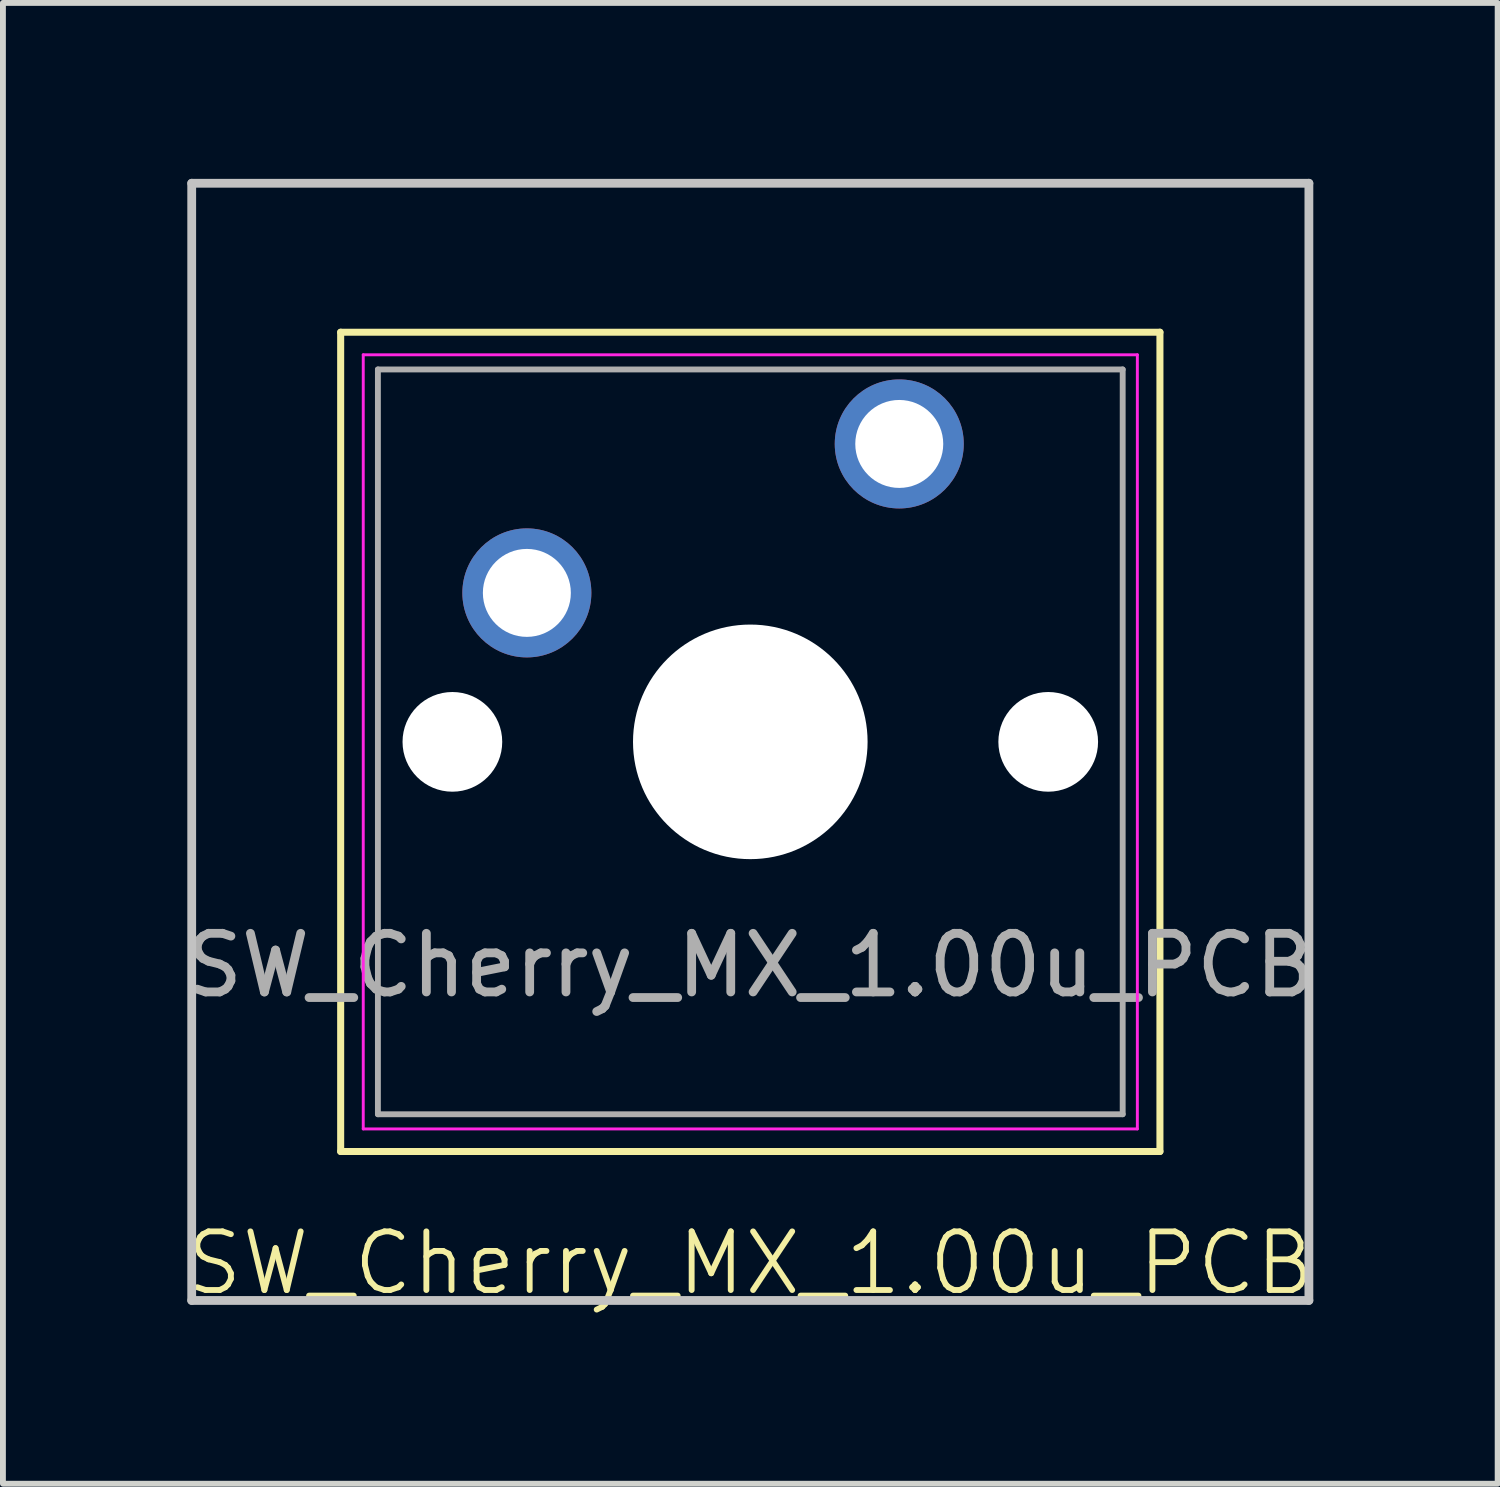
<source format=kicad_pcb>
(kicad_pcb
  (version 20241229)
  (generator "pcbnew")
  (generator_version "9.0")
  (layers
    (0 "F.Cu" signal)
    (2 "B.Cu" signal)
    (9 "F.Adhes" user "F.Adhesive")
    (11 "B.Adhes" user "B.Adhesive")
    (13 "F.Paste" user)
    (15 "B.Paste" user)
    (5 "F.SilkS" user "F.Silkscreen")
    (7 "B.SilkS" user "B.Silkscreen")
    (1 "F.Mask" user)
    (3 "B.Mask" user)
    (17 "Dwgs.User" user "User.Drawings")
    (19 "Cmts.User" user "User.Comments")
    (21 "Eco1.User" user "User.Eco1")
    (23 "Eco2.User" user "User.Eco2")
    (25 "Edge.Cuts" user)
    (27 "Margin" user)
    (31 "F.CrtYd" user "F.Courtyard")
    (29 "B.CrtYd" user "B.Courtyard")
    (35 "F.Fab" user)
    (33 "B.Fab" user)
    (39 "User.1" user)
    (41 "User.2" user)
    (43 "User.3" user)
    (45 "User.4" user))
  (footprint "SW_Cherry_MX_1.00u_PCB"
    (layer "F.Cu")
    (at 9.744 9.6)
    (property "Reference" "SW_Cherry_MX_1.00u_PCB" (at 0 8.89 0) (unlocked yes) (layer "F.SilkS") (effects (font (size 1 1) (thickness 0.1))))
    (attr through_hole)
    (fp_line (start -6.985 -6.985) (end 6.985 -6.985) (stroke (width 0.12) (type solid)) (layer "F.SilkS"))
    (fp_line (start -6.985 6.985) (end -6.985 -6.985) (stroke (width 0.12) (type solid)) (layer "F.SilkS"))
    (fp_line (start 6.985 -6.985) (end 6.985 6.985) (stroke (width 0.12) (type solid)) (layer "F.SilkS"))
    (fp_line (start 6.985 6.985) (end -6.985 6.985) (stroke (width 0.12) (type solid)) (layer "F.SilkS"))
    (fp_line (start -9.525 -9.525) (end 9.525 -9.525) (stroke (width 0.15) (type solid)) (layer "Dwgs.User"))
    (fp_line (start -9.525 9.525) (end -9.525 -9.525) (stroke (width 0.15) (type solid)) (layer "Dwgs.User"))
    (fp_line (start 9.525 -9.525) (end 9.525 9.525) (stroke (width 0.15) (type solid)) (layer "Dwgs.User"))
    (fp_line (start 9.525 9.525) (end -9.525 9.525) (stroke (width 0.15) (type solid)) (layer "Dwgs.User"))
    (fp_line (start -6.6 -6.6) (end 6.6 -6.6) (stroke (width 0.05) (type solid)) (layer "F.CrtYd"))
    (fp_line (start -6.6 6.6) (end -6.6 -6.6) (stroke (width 0.05) (type solid)) (layer "F.CrtYd"))
    (fp_line (start 6.6 -6.6) (end 6.6 6.6) (stroke (width 0.05) (type solid)) (layer "F.CrtYd"))
    (fp_line (start 6.6 6.6) (end -6.6 6.6) (stroke (width 0.05) (type solid)) (layer "F.CrtYd"))
    (fp_line (start -6.35 -6.35) (end 6.35 -6.35) (stroke (width 0.1) (type solid)) (layer "F.Fab"))
    (fp_line (start -6.35 6.35) (end -6.35 -6.35) (stroke (width 0.1) (type solid)) (layer "F.Fab"))
    (fp_line (start 6.35 -6.35) (end 6.35 6.35) (stroke (width 0.1) (type solid)) (layer "F.Fab"))
    (fp_line (start 6.35 6.35) (end -6.35 6.35) (stroke (width 0.1) (type solid)) (layer "F.Fab"))
    (fp_text user "${REFERENCE}" (at 0 3.81 0) (layer "F.Fab") (effects (font (size 1 1) (thickness 0.15))))
    (pad "" np_thru_hole circle (at -5.08 0) (size 1.7 1.7) (drill 1.7) (layers "*.Cu" "*.Mask"))
    (pad "" np_thru_hole circle (at 0 0) (size 4 4) (drill 4) (layers "*.Cu" "*.Mask"))
    (pad "" np_thru_hole circle (at 5.08 0) (size 1.7 1.7) (drill 1.7) (layers "*.Cu" "*.Mask"))
    (pad "1" thru_hole circle (at 2.54 -5.08) (size 2.2 2.2) (drill 1.5) (layers "*.Cu" "*.Mask"))
    (pad "2" thru_hole circle (at -3.81 -2.54) (size 2.2 2.2) (drill 1.5) (layers "*.Cu" "*.Mask")))
  (gr_rect
    (start -3 -3)
    (end 22.488 22.25)
    (stroke (width 0.1) (type default))
    (fill no)
    (layer "Edge.Cuts")))
</source>
